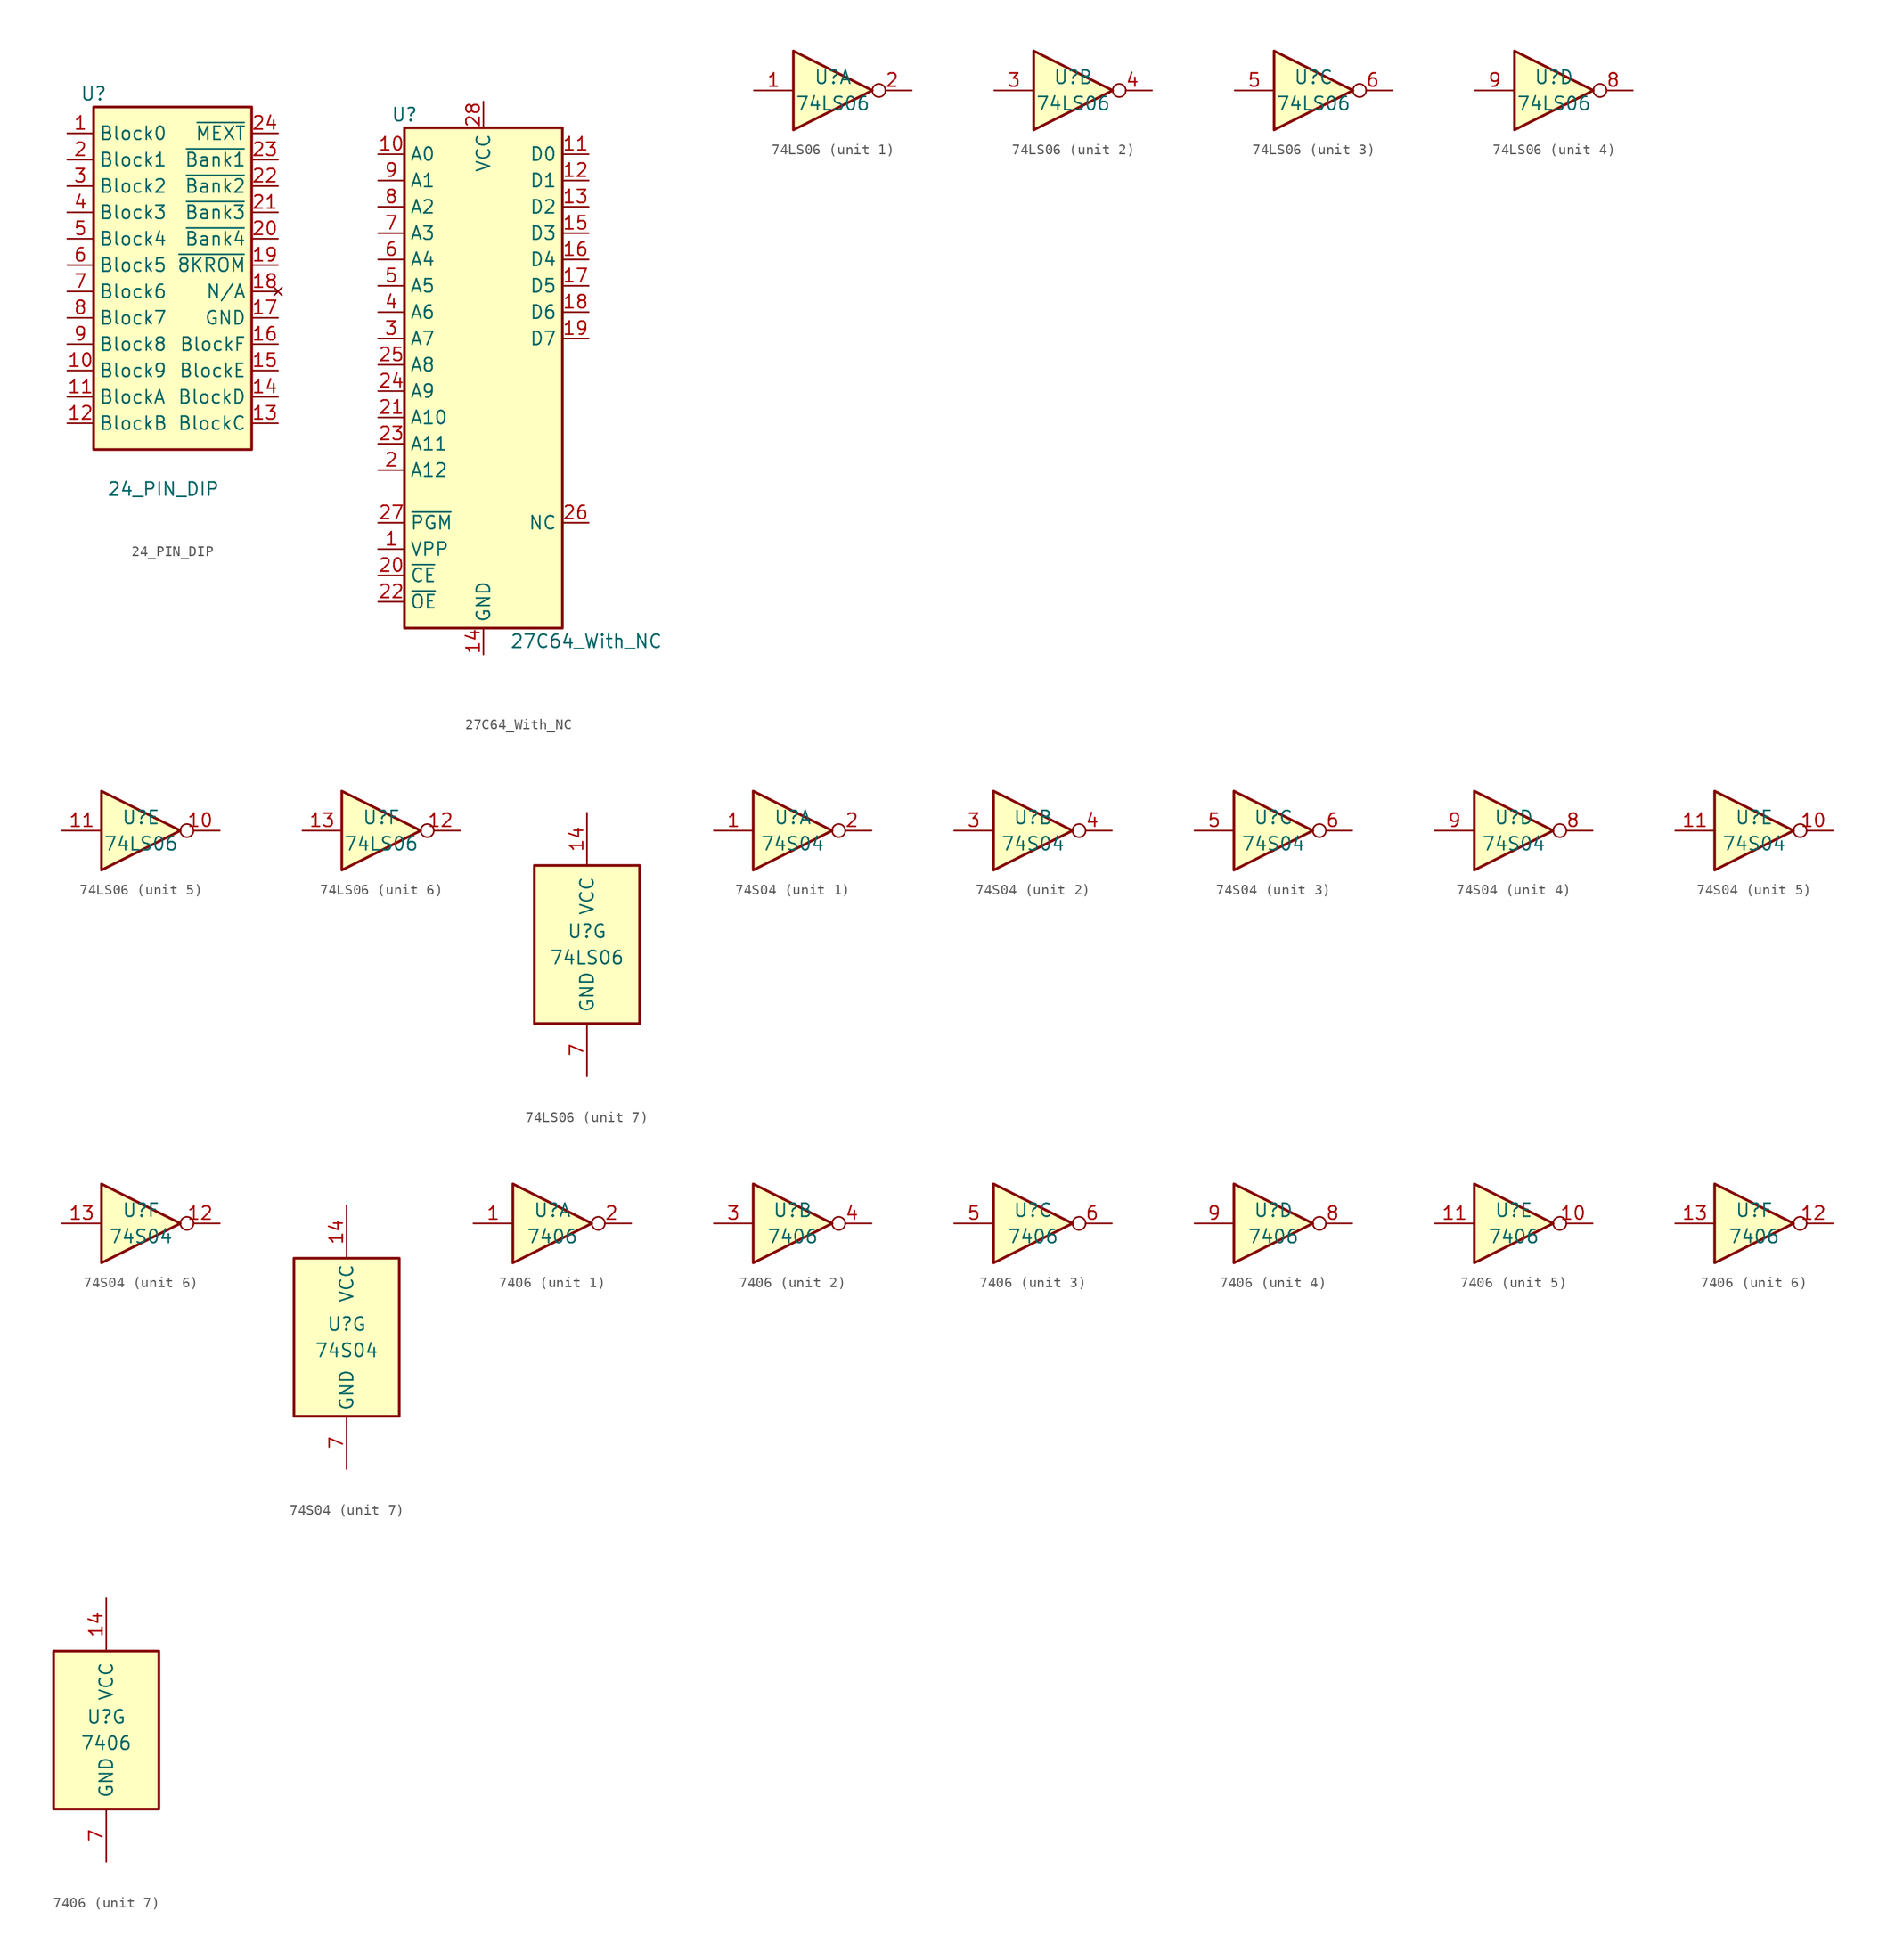
<source format=kicad_sym>
(kicad_symbol_lib
  (version 20211014)
  (generator kicad_symbol_editor)
  (symbol "24_PIN_DIP"
    (property "Reference" "U"
      (at -7.62 17.78 0)
      (effects (font (size 1.27 1.27))))
    (property "Value" "24_PIN_DIP"
      (at -6.35 -20.32 0)
      (effects (font (size 1.27 1.27)) (justify left)))
    (symbol "24_PIN_DIP_1_1"
      (rectangle (start -7.62 16.51) (end 7.62 -16.51) (stroke (width 0.254) (type default) (color 0 0 0 0)) (fill (type background)))
      (pin input line (at -10.16 13.97 0) (length 2.54) (name "Block0" (effects (font (size 1.27 1.27)))) (number "1" (effects (font (size 1.27 1.27)))))
      (pin input line (at -10.16 -8.89 0) (length 2.54) (name "Block9" (effects (font (size 1.27 1.27)))) (number "10" (effects (font (size 1.27 1.27)))))
      (pin input line (at -10.16 -11.43 0) (length 2.54) (name "BlockA" (effects (font (size 1.27 1.27)))) (number "11" (effects (font (size 1.27 1.27)))))
      (pin input line (at -10.16 -13.97 0) (length 2.54) (name "BlockB" (effects (font (size 1.27 1.27)))) (number "12" (effects (font (size 1.27 1.27)))))
      (pin input line (at 10.16 -13.97 180) (length 2.54) (name "BlockC" (effects (font (size 1.27 1.27)))) (number "13" (effects (font (size 1.27 1.27)))))
      (pin input line (at 10.16 -11.43 180) (length 2.54) (name "BlockD" (effects (font (size 1.27 1.27)))) (number "14" (effects (font (size 1.27 1.27)))))
      (pin input line (at 10.16 -8.89 180) (length 2.54) (name "BlockE" (effects (font (size 1.27 1.27)))) (number "15" (effects (font (size 1.27 1.27)))))
      (pin input line (at 10.16 -6.35 180) (length 2.54) (name "BlockF" (effects (font (size 1.27 1.27)))) (number "16" (effects (font (size 1.27 1.27)))))
      (pin input line (at 10.16 -3.81 180) (length 2.54) (name "GND" (effects (font (size 1.27 1.27)))) (number "17" (effects (font (size 1.27 1.27)))))
      (pin no_connect line (at 10.16 -1.27 180) (length 2.54) (name "N/A" (effects (font (size 1.27 1.27)))) (number "18" (effects (font (size 1.27 1.27)))))
      (pin output line (at 10.16 1.27 180) (length 2.54) (name "~{8KROM}" (effects (font (size 1.27 1.27)))) (number "19" (effects (font (size 1.27 1.27)))))
      (pin input line (at -10.16 11.43 0) (length 2.54) (name "Block1" (effects (font (size 1.27 1.27)))) (number "2" (effects (font (size 1.27 1.27)))))
      (pin output line (at 10.16 3.81 180) (length 2.54) (name "~{Bank4}" (effects (font (size 1.27 1.27)))) (number "20" (effects (font (size 1.27 1.27)))))
      (pin output line (at 10.16 6.35 180) (length 2.54) (name "~{Bank3}" (effects (font (size 1.27 1.27)))) (number "21" (effects (font (size 1.27 1.27)))))
      (pin output line (at 10.16 8.89 180) (length 2.54) (name "~{Bank2}" (effects (font (size 1.27 1.27)))) (number "22" (effects (font (size 1.27 1.27)))))
      (pin output line (at 10.16 11.43 180) (length 2.54) (name "~{Bank1}" (effects (font (size 1.27 1.27)))) (number "23" (effects (font (size 1.27 1.27)))))
      (pin output line (at 10.16 13.97 180) (length 2.54) (name "~{MEXT}" (effects (font (size 1.27 1.27)))) (number "24" (effects (font (size 1.27 1.27)))))
      (pin input line (at -10.16 8.89 0) (length 2.54) (name "Block2" (effects (font (size 1.27 1.27)))) (number "3" (effects (font (size 1.27 1.27)))))
      (pin input line (at -10.16 6.35 0) (length 2.54) (name "Block3" (effects (font (size 1.27 1.27)))) (number "4" (effects (font (size 1.27 1.27)))))
      (pin input line (at -10.16 3.81 0) (length 2.54) (name "Block4" (effects (font (size 1.27 1.27)))) (number "5" (effects (font (size 1.27 1.27)))))
      (pin input line (at -10.16 1.27 0) (length 2.54) (name "Block5" (effects (font (size 1.27 1.27)))) (number "6" (effects (font (size 1.27 1.27)))))
      (pin input line (at -10.16 -1.27 0) (length 2.54) (name "Block6" (effects (font (size 1.27 1.27)))) (number "7" (effects (font (size 1.27 1.27)))))
      (pin input line (at -10.16 -3.81 0) (length 2.54) (name "Block7" (effects (font (size 1.27 1.27)))) (number "8" (effects (font (size 1.27 1.27)))))
      (pin input line (at -10.16 -6.35 0) (length 2.54) (name "Block8" (effects (font (size 1.27 1.27)))) (number "9" (effects (font (size 1.27 1.27)))))))
  (symbol "27C64_With_NC"
    (property "Reference" "U"
      (at -7.62 24.13 0)
      (effects (font (size 1.27 1.27))))
    (property "Value" "27C64_With_NC"
      (at 2.54 -26.67 0)
      (effects (font (size 1.27 1.27)) (justify left)))
    (symbol "27C64_With_NC_1_1"
      (rectangle (start -7.62 22.86) (end 7.62 -25.4) (stroke (width 0.254) (type default) (color 0 0 0 0)) (fill (type background)))
      (pin input line (at -10.16 -17.78 0) (length 2.54) (name "VPP" (effects (font (size 1.27 1.27)))) (number "1" (effects (font (size 1.27 1.27)))))
      (pin input line (at -10.16 20.32 0) (length 2.54) (name "A0" (effects (font (size 1.27 1.27)))) (number "10" (effects (font (size 1.27 1.27)))))
      (pin tri_state line (at 10.16 20.32 180) (length 2.54) (name "D0" (effects (font (size 1.27 1.27)))) (number "11" (effects (font (size 1.27 1.27)))))
      (pin tri_state line (at 10.16 17.78 180) (length 2.54) (name "D1" (effects (font (size 1.27 1.27)))) (number "12" (effects (font (size 1.27 1.27)))))
      (pin tri_state line (at 10.16 15.24 180) (length 2.54) (name "D2" (effects (font (size 1.27 1.27)))) (number "13" (effects (font (size 1.27 1.27)))))
      (pin power_in line (at 0 -27.94 90) (length 2.54) (name "GND" (effects (font (size 1.27 1.27)))) (number "14" (effects (font (size 1.27 1.27)))))
      (pin tri_state line (at 10.16 12.7 180) (length 2.54) (name "D3" (effects (font (size 1.27 1.27)))) (number "15" (effects (font (size 1.27 1.27)))))
      (pin tri_state line (at 10.16 10.16 180) (length 2.54) (name "D4" (effects (font (size 1.27 1.27)))) (number "16" (effects (font (size 1.27 1.27)))))
      (pin tri_state line (at 10.16 7.62 180) (length 2.54) (name "D5" (effects (font (size 1.27 1.27)))) (number "17" (effects (font (size 1.27 1.27)))))
      (pin tri_state line (at 10.16 5.08 180) (length 2.54) (name "D6" (effects (font (size 1.27 1.27)))) (number "18" (effects (font (size 1.27 1.27)))))
      (pin tri_state line (at 10.16 2.54 180) (length 2.54) (name "D7" (effects (font (size 1.27 1.27)))) (number "19" (effects (font (size 1.27 1.27)))))
      (pin input line (at -10.16 -10.16 0) (length 2.54) (name "A12" (effects (font (size 1.27 1.27)))) (number "2" (effects (font (size 1.27 1.27)))))
      (pin input line (at -10.16 -20.32 0) (length 2.54) (name "~{CE}" (effects (font (size 1.27 1.27)))) (number "20" (effects (font (size 1.27 1.27)))))
      (pin input line (at -10.16 -5.08 0) (length 2.54) (name "A10" (effects (font (size 1.27 1.27)))) (number "21" (effects (font (size 1.27 1.27)))))
      (pin input line (at -10.16 -22.86 0) (length 2.54) (name "~{OE}" (effects (font (size 1.27 1.27)))) (number "22" (effects (font (size 1.27 1.27)))))
      (pin input line (at -10.16 -7.62 0) (length 2.54) (name "A11" (effects (font (size 1.27 1.27)))) (number "23" (effects (font (size 1.27 1.27)))))
      (pin input line (at -10.16 -2.54 0) (length 2.54) (name "A9" (effects (font (size 1.27 1.27)))) (number "24" (effects (font (size 1.27 1.27)))))
      (pin input line (at -10.16 0 0) (length 2.54) (name "A8" (effects (font (size 1.27 1.27)))) (number "25" (effects (font (size 1.27 1.27)))))
      (pin no_connect line (at 7.62 0 180) (length 2.54) hide (name "NC" (effects (font (size 1.27 1.27)))) (number "26" (effects (font (size 1.27 1.27)))))
      (pin input line (at 10.16 -15.24 180) (length 2.54) (name "NC" (effects (font (size 1.27 1.27)))) (number "26" (effects (font (size 1.27 1.27)))))
      (pin input line (at -10.16 -15.24 0) (length 2.54) (name "~{PGM}" (effects (font (size 1.27 1.27)))) (number "27" (effects (font (size 1.27 1.27)))))
      (pin power_in line (at 0 25.4 270) (length 2.54) (name "VCC" (effects (font (size 1.27 1.27)))) (number "28" (effects (font (size 1.27 1.27)))))
      (pin input line (at -10.16 2.54 0) (length 2.54) (name "A7" (effects (font (size 1.27 1.27)))) (number "3" (effects (font (size 1.27 1.27)))))
      (pin input line (at -10.16 5.08 0) (length 2.54) (name "A6" (effects (font (size 1.27 1.27)))) (number "4" (effects (font (size 1.27 1.27)))))
      (pin input line (at -10.16 7.62 0) (length 2.54) (name "A5" (effects (font (size 1.27 1.27)))) (number "5" (effects (font (size 1.27 1.27)))))
      (pin input line (at -10.16 10.16 0) (length 2.54) (name "A4" (effects (font (size 1.27 1.27)))) (number "6" (effects (font (size 1.27 1.27)))))
      (pin input line (at -10.16 12.7 0) (length 2.54) (name "A3" (effects (font (size 1.27 1.27)))) (number "7" (effects (font (size 1.27 1.27)))))
      (pin input line (at -10.16 15.24 0) (length 2.54) (name "A2" (effects (font (size 1.27 1.27)))) (number "8" (effects (font (size 1.27 1.27)))))
      (pin input line (at -10.16 17.78 0) (length 2.54) (name "A1" (effects (font (size 1.27 1.27)))) (number "9" (effects (font (size 1.27 1.27)))))))
  (symbol "74LS06"
    (pin_names
      (offset 1.016))
    (property "Reference" "U"
      (at 0 1.27 0)
      (effects (font (size 1.27 1.27))))
    (property "Value" "74LS06"
      (at 0 -1.27 0)
      (effects (font (size 1.27 1.27))))
    (property "ki_locked" ""
      (at 0 0 0)
      (effects (font (size 1.27 1.27))))
    (symbol "74LS06_1_0"
      (polyline (pts (xy -3.81 3.81) (xy -3.81 -3.81) (xy 3.81 0) (xy -3.81 3.81)) (stroke (width 0.254) (type default) (color 0 0 0 0)) (fill (type background)))
      (pin input line (at -7.62 0 0) (length 3.81) (name "~" (effects (font (size 1.27 1.27)))) (number "1" (effects (font (size 1.27 1.27)))))
      (pin open_collector inverted (at 7.62 0 180) (length 3.81) (name "~" (effects (font (size 1.27 1.27)))) (number "2" (effects (font (size 1.27 1.27))))))
    (symbol "74LS06_2_0"
      (polyline (pts (xy -3.81 3.81) (xy -3.81 -3.81) (xy 3.81 0) (xy -3.81 3.81)) (stroke (width 0.254) (type default) (color 0 0 0 0)) (fill (type background)))
      (pin input line (at -7.62 0 0) (length 3.81) (name "~" (effects (font (size 1.27 1.27)))) (number "3" (effects (font (size 1.27 1.27)))))
      (pin open_collector inverted (at 7.62 0 180) (length 3.81) (name "~" (effects (font (size 1.27 1.27)))) (number "4" (effects (font (size 1.27 1.27))))))
    (symbol "74LS06_3_0"
      (polyline (pts (xy -3.81 3.81) (xy -3.81 -3.81) (xy 3.81 0) (xy -3.81 3.81)) (stroke (width 0.254) (type default) (color 0 0 0 0)) (fill (type background)))
      (pin input line (at -7.62 0 0) (length 3.81) (name "~" (effects (font (size 1.27 1.27)))) (number "5" (effects (font (size 1.27 1.27)))))
      (pin open_collector inverted (at 7.62 0 180) (length 3.81) (name "~" (effects (font (size 1.27 1.27)))) (number "6" (effects (font (size 1.27 1.27))))))
    (symbol "74LS06_4_0"
      (polyline (pts (xy -3.81 3.81) (xy -3.81 -3.81) (xy 3.81 0) (xy -3.81 3.81)) (stroke (width 0.254) (type default) (color 0 0 0 0)) (fill (type background)))
      (pin open_collector inverted (at 7.62 0 180) (length 3.81) (name "~" (effects (font (size 1.27 1.27)))) (number "8" (effects (font (size 1.27 1.27)))))
      (pin input line (at -7.62 0 0) (length 3.81) (name "~" (effects (font (size 1.27 1.27)))) (number "9" (effects (font (size 1.27 1.27))))))
    (symbol "74LS06_5_0"
      (polyline (pts (xy -3.81 3.81) (xy -3.81 -3.81) (xy 3.81 0) (xy -3.81 3.81)) (stroke (width 0.254) (type default) (color 0 0 0 0)) (fill (type background)))
      (pin open_collector inverted (at 7.62 0 180) (length 3.81) (name "~" (effects (font (size 1.27 1.27)))) (number "10" (effects (font (size 1.27 1.27)))))
      (pin input line (at -7.62 0 0) (length 3.81) (name "~" (effects (font (size 1.27 1.27)))) (number "11" (effects (font (size 1.27 1.27))))))
    (symbol "74LS06_6_0"
      (polyline (pts (xy -3.81 3.81) (xy -3.81 -3.81) (xy 3.81 0) (xy -3.81 3.81)) (stroke (width 0.254) (type default) (color 0 0 0 0)) (fill (type background)))
      (pin open_collector inverted (at 7.62 0 180) (length 3.81) (name "~" (effects (font (size 1.27 1.27)))) (number "12" (effects (font (size 1.27 1.27)))))
      (pin input line (at -7.62 0 0) (length 3.81) (name "~" (effects (font (size 1.27 1.27)))) (number "13" (effects (font (size 1.27 1.27))))))
    (symbol "74LS06_7_0"
      (pin power_in line (at 0 12.7 270) (length 5.08) (name "VCC" (effects (font (size 1.27 1.27)))) (number "14" (effects (font (size 1.27 1.27)))))
      (pin power_in line (at 0 -12.7 90) (length 5.08) (name "GND" (effects (font (size 1.27 1.27)))) (number "7" (effects (font (size 1.27 1.27))))))
    (symbol "74LS06_7_1"
      (rectangle (start -5.08 7.62) (end 5.08 -7.62) (stroke (width 0.254) (type default) (color 0 0 0 0)) (fill (type background)))))
  (symbol "74S04"
    (property "Reference" "U"
      (at 0 1.27 0)
      (effects (font (size 1.27 1.27))))
    (property "Value" "74S04"
      (at 0 -1.27 0)
      (effects (font (size 1.27 1.27))))
    (property "ki_locked" ""
      (at 0 0 0)
      (effects (font (size 1.27 1.27))))
    (symbol "74S04_1_0"
      (polyline (pts (xy -3.81 3.81) (xy -3.81 -3.81) (xy 3.81 0) (xy -3.81 3.81)) (stroke (width 0.254) (type default) (color 0 0 0 0)) (fill (type background)))
      (pin input line (at -7.62 0 0) (length 3.81) (name "~" (effects (font (size 1.27 1.27)))) (number "1" (effects (font (size 1.27 1.27)))))
      (pin output inverted (at 7.62 0 180) (length 3.81) (name "~" (effects (font (size 1.27 1.27)))) (number "2" (effects (font (size 1.27 1.27))))))
    (symbol "74S04_2_0"
      (polyline (pts (xy -3.81 3.81) (xy -3.81 -3.81) (xy 3.81 0) (xy -3.81 3.81)) (stroke (width 0.254) (type default) (color 0 0 0 0)) (fill (type background)))
      (pin input line (at -7.62 0 0) (length 3.81) (name "~" (effects (font (size 1.27 1.27)))) (number "3" (effects (font (size 1.27 1.27)))))
      (pin output inverted (at 7.62 0 180) (length 3.81) (name "~" (effects (font (size 1.27 1.27)))) (number "4" (effects (font (size 1.27 1.27))))))
    (symbol "74S04_3_0"
      (polyline (pts (xy -3.81 3.81) (xy -3.81 -3.81) (xy 3.81 0) (xy -3.81 3.81)) (stroke (width 0.254) (type default) (color 0 0 0 0)) (fill (type background)))
      (pin input line (at -7.62 0 0) (length 3.81) (name "~" (effects (font (size 1.27 1.27)))) (number "5" (effects (font (size 1.27 1.27)))))
      (pin output inverted (at 7.62 0 180) (length 3.81) (name "~" (effects (font (size 1.27 1.27)))) (number "6" (effects (font (size 1.27 1.27))))))
    (symbol "74S04_4_0"
      (polyline (pts (xy -3.81 3.81) (xy -3.81 -3.81) (xy 3.81 0) (xy -3.81 3.81)) (stroke (width 0.254) (type default) (color 0 0 0 0)) (fill (type background)))
      (pin output inverted (at 7.62 0 180) (length 3.81) (name "~" (effects (font (size 1.27 1.27)))) (number "8" (effects (font (size 1.27 1.27)))))
      (pin input line (at -7.62 0 0) (length 3.81) (name "~" (effects (font (size 1.27 1.27)))) (number "9" (effects (font (size 1.27 1.27))))))
    (symbol "74S04_5_0"
      (polyline (pts (xy -3.81 3.81) (xy -3.81 -3.81) (xy 3.81 0) (xy -3.81 3.81)) (stroke (width 0.254) (type default) (color 0 0 0 0)) (fill (type background)))
      (pin output inverted (at 7.62 0 180) (length 3.81) (name "~" (effects (font (size 1.27 1.27)))) (number "10" (effects (font (size 1.27 1.27)))))
      (pin input line (at -7.62 0 0) (length 3.81) (name "~" (effects (font (size 1.27 1.27)))) (number "11" (effects (font (size 1.27 1.27))))))
    (symbol "74S04_6_0"
      (polyline (pts (xy -3.81 3.81) (xy -3.81 -3.81) (xy 3.81 0) (xy -3.81 3.81)) (stroke (width 0.254) (type default) (color 0 0 0 0)) (fill (type background)))
      (pin output inverted (at 7.62 0 180) (length 3.81) (name "~" (effects (font (size 1.27 1.27)))) (number "12" (effects (font (size 1.27 1.27)))))
      (pin input line (at -7.62 0 0) (length 3.81) (name "~" (effects (font (size 1.27 1.27)))) (number "13" (effects (font (size 1.27 1.27))))))
    (symbol "74S04_7_0"
      (pin power_in line (at 0 12.7 270) (length 5.08) (name "VCC" (effects (font (size 1.27 1.27)))) (number "14" (effects (font (size 1.27 1.27)))))
      (pin power_in line (at 0 -12.7 90) (length 5.08) (name "GND" (effects (font (size 1.27 1.27)))) (number "7" (effects (font (size 1.27 1.27))))))
    (symbol "74S04_7_1"
      (rectangle (start -5.08 7.62) (end 5.08 -7.62) (stroke (width 0.254) (type default) (color 0 0 0 0)) (fill (type background)))))
  (symbol "7406"
    (pin_names
      (offset 1.016))
    (property "Reference" "U"
      (at 0 1.27 0)
      (effects (font (size 1.27 1.27))))
    (property "Value" "7406"
      (at 0 -1.27 0)
      (effects (font (size 1.27 1.27))))
    (property "ki_locked" ""
      (at 0 0 0)
      (effects (font (size 1.27 1.27))))
    (symbol "7406_1_0"
      (polyline (pts (xy -3.81 3.81) (xy -3.81 -3.81) (xy 3.81 0) (xy -3.81 3.81)) (stroke (width 0.254) (type default) (color 0 0 0 0)) (fill (type background)))
      (pin input line (at -7.62 0 0) (length 3.81) (name "~" (effects (font (size 1.27 1.27)))) (number "1" (effects (font (size 1.27 1.27)))))
      (pin open_collector inverted (at 7.62 0 180) (length 3.81) (name "~" (effects (font (size 1.27 1.27)))) (number "2" (effects (font (size 1.27 1.27))))))
    (symbol "7406_2_0"
      (polyline (pts (xy -3.81 3.81) (xy -3.81 -3.81) (xy 3.81 0) (xy -3.81 3.81)) (stroke (width 0.254) (type default) (color 0 0 0 0)) (fill (type background)))
      (pin input line (at -7.62 0 0) (length 3.81) (name "~" (effects (font (size 1.27 1.27)))) (number "3" (effects (font (size 1.27 1.27)))))
      (pin open_collector inverted (at 7.62 0 180) (length 3.81) (name "~" (effects (font (size 1.27 1.27)))) (number "4" (effects (font (size 1.27 1.27))))))
    (symbol "7406_3_0"
      (polyline (pts (xy -3.81 3.81) (xy -3.81 -3.81) (xy 3.81 0) (xy -3.81 3.81)) (stroke (width 0.254) (type default) (color 0 0 0 0)) (fill (type background)))
      (pin input line (at -7.62 0 0) (length 3.81) (name "~" (effects (font (size 1.27 1.27)))) (number "5" (effects (font (size 1.27 1.27)))))
      (pin open_collector inverted (at 7.62 0 180) (length 3.81) (name "~" (effects (font (size 1.27 1.27)))) (number "6" (effects (font (size 1.27 1.27))))))
    (symbol "7406_4_0"
      (polyline (pts (xy -3.81 3.81) (xy -3.81 -3.81) (xy 3.81 0) (xy -3.81 3.81)) (stroke (width 0.254) (type default) (color 0 0 0 0)) (fill (type background)))
      (pin open_collector inverted (at 7.62 0 180) (length 3.81) (name "~" (effects (font (size 1.27 1.27)))) (number "8" (effects (font (size 1.27 1.27)))))
      (pin input line (at -7.62 0 0) (length 3.81) (name "~" (effects (font (size 1.27 1.27)))) (number "9" (effects (font (size 1.27 1.27))))))
    (symbol "7406_5_0"
      (polyline (pts (xy -3.81 3.81) (xy -3.81 -3.81) (xy 3.81 0) (xy -3.81 3.81)) (stroke (width 0.254) (type default) (color 0 0 0 0)) (fill (type background)))
      (pin open_collector inverted (at 7.62 0 180) (length 3.81) (name "~" (effects (font (size 1.27 1.27)))) (number "10" (effects (font (size 1.27 1.27)))))
      (pin input line (at -7.62 0 0) (length 3.81) (name "~" (effects (font (size 1.27 1.27)))) (number "11" (effects (font (size 1.27 1.27))))))
    (symbol "7406_6_0"
      (polyline (pts (xy -3.81 3.81) (xy -3.81 -3.81) (xy 3.81 0) (xy -3.81 3.81)) (stroke (width 0.254) (type default) (color 0 0 0 0)) (fill (type background)))
      (pin open_collector inverted (at 7.62 0 180) (length 3.81) (name "~" (effects (font (size 1.27 1.27)))) (number "12" (effects (font (size 1.27 1.27)))))
      (pin input line (at -7.62 0 0) (length 3.81) (name "~" (effects (font (size 1.27 1.27)))) (number "13" (effects (font (size 1.27 1.27))))))
    (symbol "7406_7_0"
      (pin power_in line (at 0 12.7 270) (length 5.08) (name "VCC" (effects (font (size 1.27 1.27)))) (number "14" (effects (font (size 1.27 1.27)))))
      (pin power_in line (at 0 -12.7 90) (length 5.08) (name "GND" (effects (font (size 1.27 1.27)))) (number "7" (effects (font (size 1.27 1.27))))))
    (symbol "7406_7_1"
      (rectangle (start -5.08 7.62) (end 5.08 -7.62) (stroke (width 0.254) (type default) (color 0 0 0 0)) (fill (type background))))))
</source>
